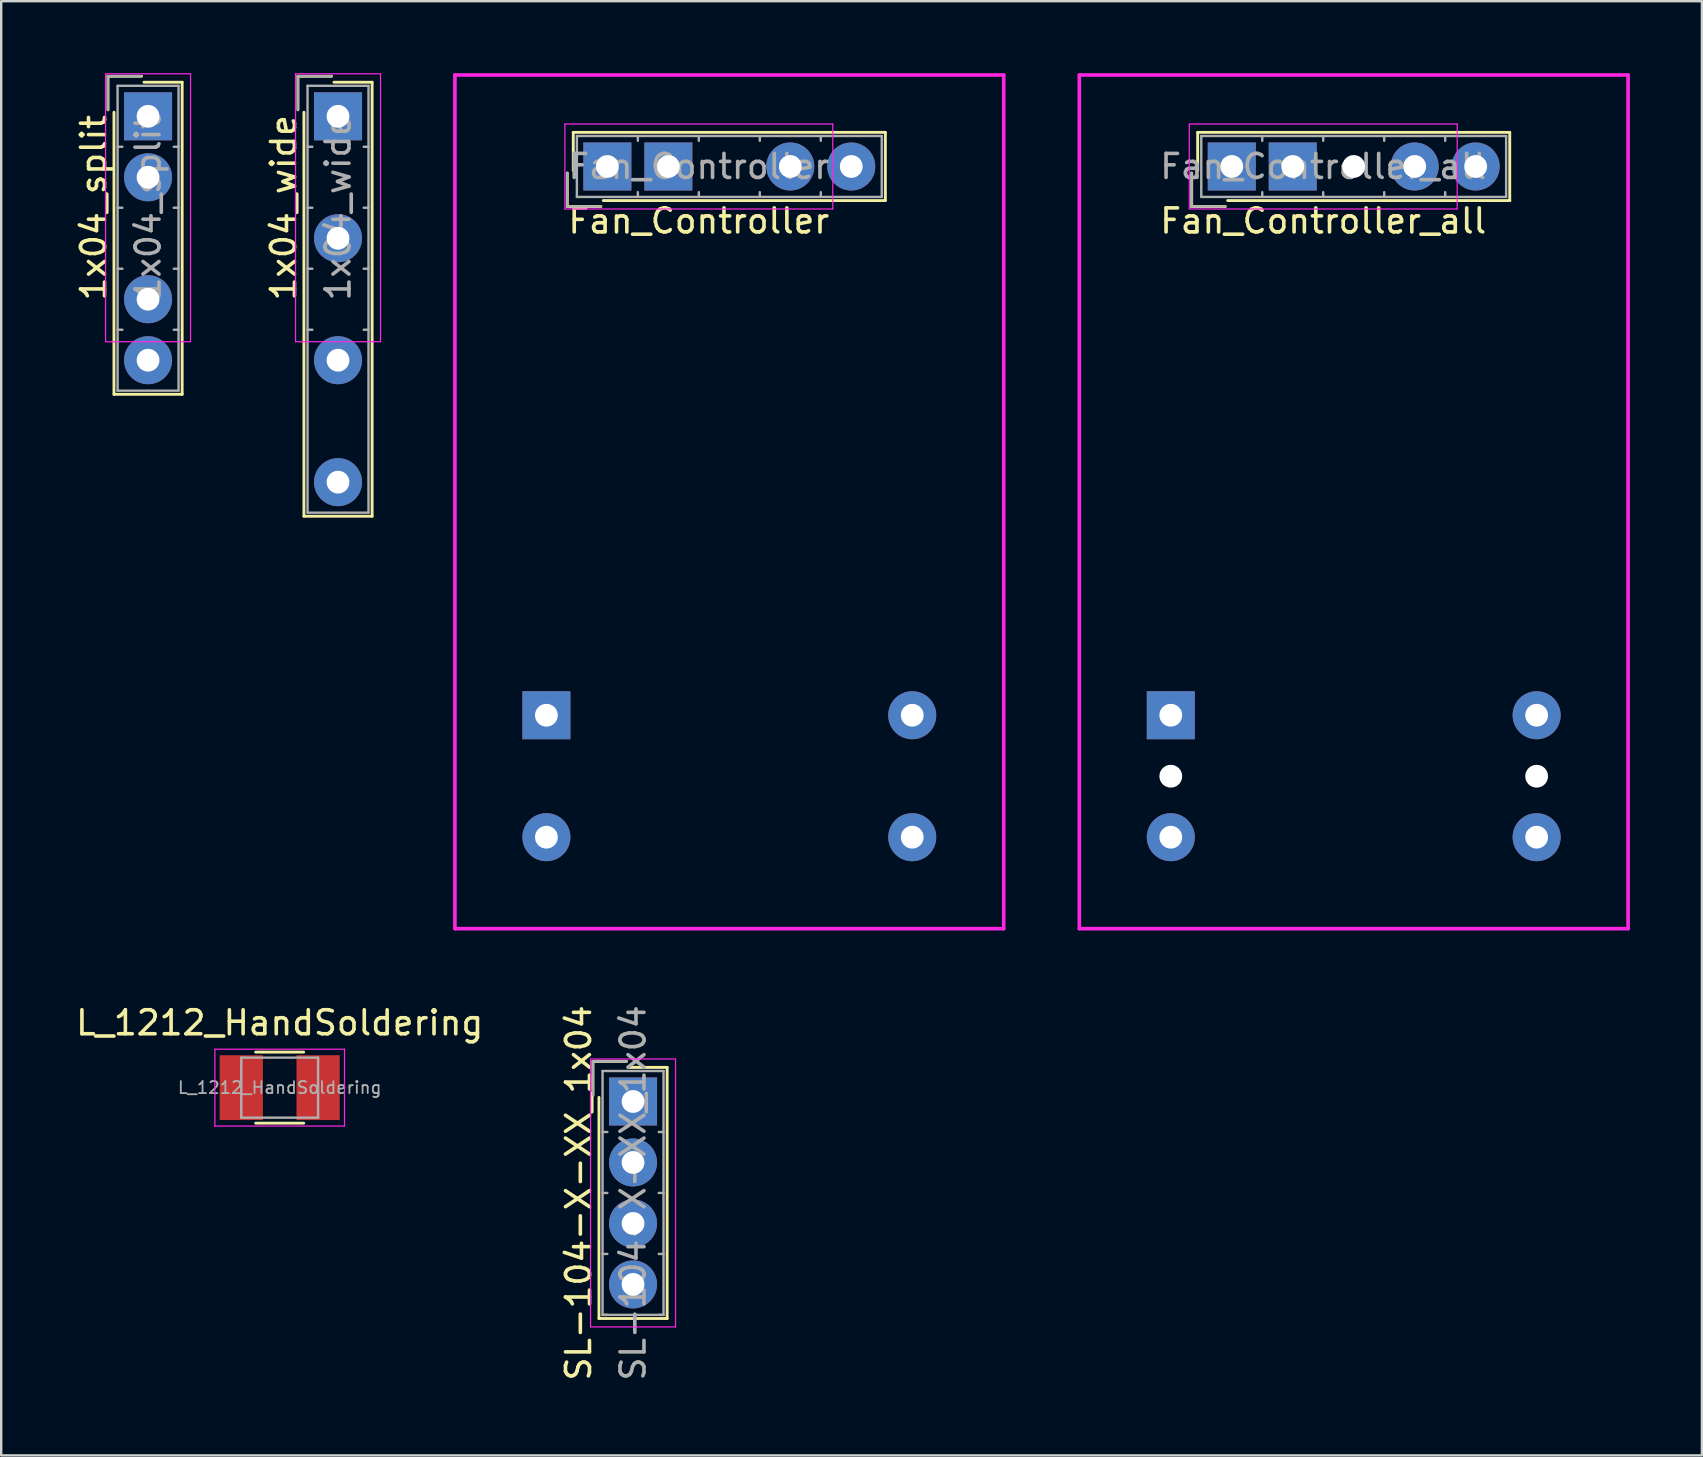
<source format=kicad_pcb>
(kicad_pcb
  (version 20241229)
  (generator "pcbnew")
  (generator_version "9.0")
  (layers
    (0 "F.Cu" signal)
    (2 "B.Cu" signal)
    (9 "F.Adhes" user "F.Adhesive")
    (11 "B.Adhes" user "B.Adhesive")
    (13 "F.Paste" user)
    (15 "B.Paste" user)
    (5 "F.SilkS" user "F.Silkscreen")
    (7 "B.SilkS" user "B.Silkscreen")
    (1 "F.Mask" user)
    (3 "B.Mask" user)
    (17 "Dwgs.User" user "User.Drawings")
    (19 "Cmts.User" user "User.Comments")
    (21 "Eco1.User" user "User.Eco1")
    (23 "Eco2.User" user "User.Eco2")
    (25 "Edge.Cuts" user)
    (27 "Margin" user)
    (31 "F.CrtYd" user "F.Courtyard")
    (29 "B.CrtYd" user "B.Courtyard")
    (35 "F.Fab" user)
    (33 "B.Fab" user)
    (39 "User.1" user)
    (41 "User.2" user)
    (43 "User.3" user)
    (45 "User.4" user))
  (footprint "L_1212_HandSoldering"
    (layer "F.Cu")
    (at 8.601 42.258)
    (property "Reference" "L_1212_HandSoldering" (at 0 -2.7 0) (layer "F.SilkS") (effects (font (size 1 1) (thickness 0.15))))
    (attr smd)
    (fp_line (start -1 -1.48) (end 1 -1.48) (stroke (width 0.12) (type solid)) (layer "F.SilkS"))
    (fp_line (start 1 1.48) (end -1 1.48) (stroke (width 0.12) (type solid)) (layer "F.SilkS"))
    (fp_line (start -2.7 -1.6) (end -2.7 1.6) (stroke (width 0.05) (type solid)) (layer "F.CrtYd"))
    (fp_line (start -2.7 -1.6) (end 2.7 -1.6) (stroke (width 0.05) (type solid)) (layer "F.CrtYd"))
    (fp_line (start -2.7 1.6) (end 2.7 1.6) (stroke (width 0.05) (type solid)) (layer "F.CrtYd"))
    (fp_line (start 2.7 -1.6) (end 2.7 1.6) (stroke (width 0.05) (type solid)) (layer "F.CrtYd"))
    (fp_line (start -1.6 -1.25) (end 1.6 -1.25) (stroke (width 0.1) (type solid)) (layer "F.Fab"))
    (fp_line (start -1.6 1.25) (end -1.6 -1.25) (stroke (width 0.1) (type solid)) (layer "F.Fab"))
    (fp_line (start 1.6 -1.25) (end 1.6 1.25) (stroke (width 0.1) (type solid)) (layer "F.Fab"))
    (fp_line (start 1.6 1.25) (end -1.6 1.25) (stroke (width 0.1) (type solid)) (layer "F.Fab"))
    (fp_text user "${REFERENCE}" (at 0 0 0) (layer "F.Fab") (effects (font (size 0.5 0.5) (thickness 0.075))))
    (pad "1" smd rect (at -1.6 0) (size 1.8 2.7) (layers "F.Cu" "F.Mask" "F.Paste"))
    (pad "2" smd rect (at 1.6 0) (size 1.8 2.7) (layers "F.Cu" "F.Mask" "F.Paste")))
  (footprint "SL-104-X-XX_1x04"
    (placed yes)
    (layer "F.Cu")
    (at 23.321 42.835)
    (property "Reference" "SL-104-X-XX_1x04" (at -2.27 3.81 90) (layer "F.SilkS") (effects (font (size 1 1) (thickness 0.15))))
    (attr through_hole)
    (fp_line (start -1.67 -1.67) (end -1.67 -0.27) (stroke (width 0.12) (type solid)) (layer "F.SilkS"))
    (fp_line (start -1.42 9.04) (end -1.42 -0.17) (stroke (width 0.12) (type solid)) (layer "F.SilkS"))
    (fp_line (start -0.27 -1.67) (end -1.67 -1.67) (stroke (width 0.12) (type solid)) (layer "F.SilkS"))
    (fp_line (start -0.17 -1.42) (end 1.42 -1.42) (stroke (width 0.12) (type solid)) (layer "F.SilkS"))
    (fp_line (start 1.42 -1.42) (end 1.42 9.04) (stroke (width 0.12) (type solid)) (layer "F.SilkS"))
    (fp_line (start 1.42 9.04) (end -1.42 9.04) (stroke (width 0.12) (type solid)) (layer "F.SilkS"))
    (fp_line (start -1.77 -1.77) (end -1.77 9.39) (stroke (width 0.05) (type solid)) (layer "F.CrtYd"))
    (fp_line (start -1.77 9.39) (end 1.77 9.39) (stroke (width 0.05) (type solid)) (layer "F.CrtYd"))
    (fp_line (start 1.77 -1.77) (end -1.77 -1.77) (stroke (width 0.05) (type solid)) (layer "F.CrtYd"))
    (fp_line (start 1.77 9.39) (end 1.77 -1.77) (stroke (width 0.05) (type solid)) (layer "F.CrtYd"))
    (fp_line (start -1.67 -1.67) (end -1.67 -0.27) (stroke (width 0.1) (type solid)) (layer "F.Fab"))
    (fp_line (start -1.27 -1.27) (end -1.27 8.89) (stroke (width 0.1) (type solid)) (layer "F.Fab"))
    (fp_line (start -1.27 1.27) (end -1.07 1.27) (stroke (width 0.1) (type solid)) (layer "F.Fab"))
    (fp_line (start -1.27 3.81) (end -1.07 3.81) (stroke (width 0.1) (type solid)) (layer "F.Fab"))
    (fp_line (start -1.27 6.35) (end -1.07 6.35) (stroke (width 0.1) (type solid)) (layer "F.Fab"))
    (fp_line (start -1.27 8.89) (end -1.07 8.89) (stroke (width 0.1) (type solid)) (layer "F.Fab"))
    (fp_line (start -1.27 8.89) (end 1.27 8.89) (stroke (width 0.1) (type solid)) (layer "F.Fab"))
    (fp_line (start -0.27 -1.67) (end -1.67 -1.67) (stroke (width 0.1) (type solid)) (layer "F.Fab"))
    (fp_line (start 1.27 -1.27) (end -1.27 -1.27) (stroke (width 0.1) (type solid)) (layer "F.Fab"))
    (fp_line (start 1.27 1.27) (end 1.07 1.27) (stroke (width 0.1) (type solid)) (layer "F.Fab"))
    (fp_line (start 1.27 3.81) (end 1.07 3.81) (stroke (width 0.1) (type solid)) (layer "F.Fab"))
    (fp_line (start 1.27 6.35) (end 1.07 6.35) (stroke (width 0.1) (type solid)) (layer "F.Fab"))
    (fp_line (start 1.27 8.89) (end 1.07 8.89) (stroke (width 0.1) (type solid)) (layer "F.Fab"))
    (fp_line (start 1.27 8.89) (end 1.27 -1.27) (stroke (width 0.1) (type solid)) (layer "F.Fab"))
    (fp_text user "${REFERENCE}" (at 0 3.81 90) (layer "F.Fab") (effects (font (size 1 1) (thickness 0.15))))
    (pad "1" thru_hole rect (at 0 0) (size 2 2) (drill 0.95) (layers "*.Cu" "*.Mask"))
    (pad "2" thru_hole circle (at 0 2.54) (size 2 2) (drill 0.95) (layers "*.Cu" "*.Mask"))
    (pad "3" thru_hole circle (at 0 5.08) (size 2 2) (drill 0.95) (layers "*.Cu" "*.Mask"))
    (pad "4" thru_hole circle (at 0 7.62) (size 2 2) (drill 0.95) (layers "*.Cu" "*.Mask")))
  (footprint "Fan_Controller_all"
    (placed yes)
    (layer "F.Cu")
    (at 53.342 3.885)
    (property "Reference" "Fan_Controller_all" (at -1.27 2.27 180) (layer "F.SilkS") (effects (font (size 1 1) (thickness 0.15))))
    (attr through_hole)
    (fp_line (start -6.75 0.27) (end -6.75 1.67) (stroke (width 0.12) (type solid)) (layer "F.SilkS"))
    (fp_line (start -6.75 1.67) (end -5.35 1.67) (stroke (width 0.12) (type solid)) (layer "F.SilkS"))
    (fp_line (start -6.5 -1.42) (end 6.5 -1.42) (stroke (width 0.12) (type solid)) (layer "F.SilkS"))
    (fp_line (start -6.5 0.17) (end -6.5 -1.42) (stroke (width 0.12) (type solid)) (layer "F.SilkS"))
    (fp_line (start 6.5 -1.42) (end 6.5 1.42) (stroke (width 0.12) (type solid)) (layer "F.SilkS"))
    (fp_line (start 6.5 1.42) (end -5.25 1.42) (stroke (width 0.12) (type solid)) (layer "F.SilkS"))
    (fp_line (start -11.43 -3.81) (end 11.43 -3.81) (stroke (width 0.15) (type solid)) (layer "F.CrtYd"))
    (fp_line (start -11.43 31.75) (end -11.43 -3.81) (stroke (width 0.15) (type solid)) (layer "F.CrtYd"))
    (fp_line (start -6.85 -1.77) (end -6.85 1.77) (stroke (width 0.05) (type solid)) (layer "F.CrtYd"))
    (fp_line (start -6.85 1.77) (end 4.31 1.77) (stroke (width 0.05) (type solid)) (layer "F.CrtYd"))
    (fp_line (start 4.31 -1.77) (end -6.85 -1.77) (stroke (width 0.05) (type solid)) (layer "F.CrtYd"))
    (fp_line (start 4.31 1.77) (end 4.31 -1.77) (stroke (width 0.05) (type solid)) (layer "F.CrtYd"))
    (fp_line (start 11.43 -3.81) (end 11.43 31.75) (stroke (width 0.15) (type solid)) (layer "F.CrtYd"))
    (fp_line (start 11.43 31.75) (end -11.43 31.75) (stroke (width 0.15) (type solid)) (layer "F.CrtYd"))
    (fp_line (start -6.75 0.27) (end -6.75 1.67) (stroke (width 0.1) (type solid)) (layer "F.Fab"))
    (fp_line (start -6.75 1.67) (end -5.35 1.67) (stroke (width 0.1) (type solid)) (layer "F.Fab"))
    (fp_line (start -6.35 -1.27) (end -6.35 1.27) (stroke (width 0.1) (type solid)) (layer "F.Fab"))
    (fp_line (start -6.35 1.27) (end 6.35 1.27) (stroke (width 0.1) (type solid)) (layer "F.Fab"))
    (fp_line (start -3.81 -1.27) (end -3.81 -1.07) (stroke (width 0.1) (type solid)) (layer "F.Fab"))
    (fp_line (start -3.81 1.27) (end -3.81 1.07) (stroke (width 0.1) (type solid)) (layer "F.Fab"))
    (fp_line (start -1.27 -1.27) (end -1.27 -1.07) (stroke (width 0.1) (type solid)) (layer "F.Fab"))
    (fp_line (start -1.27 1.27) (end -1.27 1.07) (stroke (width 0.1) (type solid)) (layer "F.Fab"))
    (fp_line (start 1.27 -1.27) (end 1.27 -1.07) (stroke (width 0.1) (type solid)) (layer "F.Fab"))
    (fp_line (start 1.27 1.27) (end 1.27 1.07) (stroke (width 0.1) (type solid)) (layer "F.Fab"))
    (fp_line (start 3.81 -1.27) (end 3.81 -1.07) (stroke (width 0.1) (type solid)) (layer "F.Fab"))
    (fp_line (start 3.81 1.27) (end 3.81 1.07) (stroke (width 0.1) (type solid)) (layer "F.Fab"))
    (fp_line (start 6.35 -1.27) (end -6.35 -1.27) (stroke (width 0.1) (type solid)) (layer "F.Fab"))
    (fp_line (start 6.35 1.27) (end 6.35 -1.27) (stroke (width 0.1) (type solid)) (layer "F.Fab"))
    (fp_text user "${REFERENCE}" (at -1.27 0 180) (layer "F.Fab") (effects (font (size 1 1) (thickness 0.15))))
    (pad "" np_thru_hole circle (at -7.62 25.4) (size 0.95 0.95) (drill 0.95) (layers "*.Cu" "*.Mask"))
    (pad "" np_thru_hole circle (at 0 0) (size 0.95 0.95) (drill 0.95) (layers "*.Cu" "*.Mask"))
    (pad "" np_thru_hole circle (at 7.62 25.4) (size 0.95 0.95) (drill 0.95) (layers "*.Cu" "*.Mask"))
    (pad "1" thru_hole rect (at -5.08 0) (size 2 2) (drill 0.95) (layers "*.Cu" "*.Mask"))
    (pad "2" thru_hole rect (at -2.54 0) (size 2 2) (drill 0.95) (layers "*.Cu" "*.Mask"))
    (pad "3" thru_hole circle (at 2.54 0 90) (size 2 2) (drill 0.95) (layers "*.Cu" "*.Mask"))
    (pad "4" thru_hole circle (at 5.08 0 90) (size 2 2) (drill 0.95) (layers "*.Cu" "*.Mask"))
    (pad "5" thru_hole rect (at -7.62 22.86) (size 2 2) (drill 0.95) (layers "*.Cu" "*.Mask"))
    (pad "6" thru_hole circle (at -7.62 27.94 90) (size 2 2) (drill 0.95) (layers "*.Cu" "*.Mask"))
    (pad "7" thru_hole circle (at 7.62 27.94 90) (size 2 2) (drill 0.95) (layers "*.Cu" "*.Mask"))
    (pad "8" thru_hole circle (at 7.62 22.86 90) (size 2 2) (drill 0.95) (layers "*.Cu" "*.Mask")))
  (footprint "1x04_split"
    (placed yes)
    (layer "F.Cu")
    (at 3.118 1.795)
    (property "Reference" "1x04_split" (at -2.27 3.81 90) (layer "F.SilkS") (effects (font (size 1 1) (thickness 0.15))))
    (attr through_hole)
    (fp_line (start -1.67 -1.67) (end -1.67 -0.27) (stroke (width 0.12) (type solid)) (layer "F.SilkS"))
    (fp_line (start -1.42 11.58) (end -1.42 -0.17) (stroke (width 0.12) (type solid)) (layer "F.SilkS"))
    (fp_line (start -0.27 -1.67) (end -1.67 -1.67) (stroke (width 0.12) (type solid)) (layer "F.SilkS"))
    (fp_line (start -0.17 -1.42) (end 1.42 -1.42) (stroke (width 0.12) (type solid)) (layer "F.SilkS"))
    (fp_line (start 1.42 -1.42) (end 1.42 11.58) (stroke (width 0.12) (type solid)) (layer "F.SilkS"))
    (fp_line (start 1.42 11.58) (end -1.42 11.58) (stroke (width 0.12) (type solid)) (layer "F.SilkS"))
    (fp_line (start -1.77 -1.77) (end -1.77 9.39) (stroke (width 0.05) (type solid)) (layer "F.CrtYd"))
    (fp_line (start -1.77 9.39) (end 1.77 9.39) (stroke (width 0.05) (type solid)) (layer "F.CrtYd"))
    (fp_line (start 1.77 -1.77) (end -1.77 -1.77) (stroke (width 0.05) (type solid)) (layer "F.CrtYd"))
    (fp_line (start 1.77 9.39) (end 1.77 -1.77) (stroke (width 0.05) (type solid)) (layer "F.CrtYd"))
    (fp_line (start -1.67 -1.67) (end -1.67 -0.27) (stroke (width 0.1) (type solid)) (layer "F.Fab"))
    (fp_line (start -1.27 -1.27) (end -1.27 11.43) (stroke (width 0.1) (type solid)) (layer "F.Fab"))
    (fp_line (start -1.27 1.27) (end -1.07 1.27) (stroke (width 0.1) (type solid)) (layer "F.Fab"))
    (fp_line (start -1.27 3.81) (end -1.07 3.81) (stroke (width 0.1) (type solid)) (layer "F.Fab"))
    (fp_line (start -1.27 6.35) (end -1.07 6.35) (stroke (width 0.1) (type solid)) (layer "F.Fab"))
    (fp_line (start -1.27 8.89) (end -1.07 8.89) (stroke (width 0.1) (type solid)) (layer "F.Fab"))
    (fp_line (start -1.27 11.43) (end 1.27 11.43) (stroke (width 0.1) (type solid)) (layer "F.Fab"))
    (fp_line (start -0.27 -1.67) (end -1.67 -1.67) (stroke (width 0.1) (type solid)) (layer "F.Fab"))
    (fp_line (start 1.27 -1.27) (end -1.27 -1.27) (stroke (width 0.1) (type solid)) (layer "F.Fab"))
    (fp_line (start 1.27 1.27) (end 1.07 1.27) (stroke (width 0.1) (type solid)) (layer "F.Fab"))
    (fp_line (start 1.27 3.81) (end 1.07 3.81) (stroke (width 0.1) (type solid)) (layer "F.Fab"))
    (fp_line (start 1.27 6.35) (end 1.07 6.35) (stroke (width 0.1) (type solid)) (layer "F.Fab"))
    (fp_line (start 1.27 8.89) (end 1.07 8.89) (stroke (width 0.1) (type solid)) (layer "F.Fab"))
    (fp_line (start 1.27 11.43) (end 1.27 -1.27) (stroke (width 0.1) (type solid)) (layer "F.Fab"))
    (fp_text user "${REFERENCE}" (at 0 3.81 90) (layer "F.Fab") (effects (font (size 1 1) (thickness 0.15))))
    (pad "1" thru_hole rect (at 0 0) (size 2 2) (drill 0.95) (layers "*.Cu" "*.Mask"))
    (pad "2" thru_hole circle (at 0 2.54) (size 2 2) (drill 0.95) (layers "*.Cu" "*.Mask"))
    (pad "3" thru_hole circle (at 0 7.62) (size 2 2) (drill 0.95) (layers "*.Cu" "*.Mask"))
    (pad "4" thru_hole circle (at 0 10.16) (size 2 2) (drill 0.95) (layers "*.Cu" "*.Mask")))
  (footprint "Fan_Controller"
    (placed yes)
    (layer "F.Cu")
    (at 27.331 3.885)
    (property "Reference" "Fan_Controller" (at -1.27 2.27 180) (layer "F.SilkS") (effects (font (size 1 1) (thickness 0.15))))
    (attr through_hole)
    (fp_line (start -6.75 0.27) (end -6.75 1.67) (stroke (width 0.12) (type solid)) (layer "F.SilkS"))
    (fp_line (start -6.75 1.67) (end -5.35 1.67) (stroke (width 0.12) (type solid)) (layer "F.SilkS"))
    (fp_line (start -6.5 -1.42) (end 6.5 -1.42) (stroke (width 0.12) (type solid)) (layer "F.SilkS"))
    (fp_line (start -6.5 0.17) (end -6.5 -1.42) (stroke (width 0.12) (type solid)) (layer "F.SilkS"))
    (fp_line (start 6.5 -1.42) (end 6.5 1.42) (stroke (width 0.12) (type solid)) (layer "F.SilkS"))
    (fp_line (start 6.5 1.42) (end -5.25 1.42) (stroke (width 0.12) (type solid)) (layer "F.SilkS"))
    (fp_line (start -11.43 -3.81) (end 11.43 -3.81) (stroke (width 0.15) (type solid)) (layer "F.CrtYd"))
    (fp_line (start -11.43 31.75) (end -11.43 -3.81) (stroke (width 0.15) (type solid)) (layer "F.CrtYd"))
    (fp_line (start -6.85 -1.77) (end -6.85 1.77) (stroke (width 0.05) (type solid)) (layer "F.CrtYd"))
    (fp_line (start -6.85 1.77) (end 4.31 1.77) (stroke (width 0.05) (type solid)) (layer "F.CrtYd"))
    (fp_line (start 4.31 -1.77) (end -6.85 -1.77) (stroke (width 0.05) (type solid)) (layer "F.CrtYd"))
    (fp_line (start 4.31 1.77) (end 4.31 -1.77) (stroke (width 0.05) (type solid)) (layer "F.CrtYd"))
    (fp_line (start 11.43 -3.81) (end 11.43 31.75) (stroke (width 0.15) (type solid)) (layer "F.CrtYd"))
    (fp_line (start 11.43 31.75) (end -11.43 31.75) (stroke (width 0.15) (type solid)) (layer "F.CrtYd"))
    (fp_line (start -6.75 0.27) (end -6.75 1.67) (stroke (width 0.1) (type solid)) (layer "F.Fab"))
    (fp_line (start -6.75 1.67) (end -5.35 1.67) (stroke (width 0.1) (type solid)) (layer "F.Fab"))
    (fp_line (start -6.35 -1.27) (end -6.35 1.27) (stroke (width 0.1) (type solid)) (layer "F.Fab"))
    (fp_line (start -6.35 1.27) (end 6.35 1.27) (stroke (width 0.1) (type solid)) (layer "F.Fab"))
    (fp_line (start -3.81 -1.27) (end -3.81 -1.07) (stroke (width 0.1) (type solid)) (layer "F.Fab"))
    (fp_line (start -3.81 1.27) (end -3.81 1.07) (stroke (width 0.1) (type solid)) (layer "F.Fab"))
    (fp_line (start -1.27 -1.27) (end -1.27 -1.07) (stroke (width 0.1) (type solid)) (layer "F.Fab"))
    (fp_line (start -1.27 1.27) (end -1.27 1.07) (stroke (width 0.1) (type solid)) (layer "F.Fab"))
    (fp_line (start 1.27 -1.27) (end 1.27 -1.07) (stroke (width 0.1) (type solid)) (layer "F.Fab"))
    (fp_line (start 1.27 1.27) (end 1.27 1.07) (stroke (width 0.1) (type solid)) (layer "F.Fab"))
    (fp_line (start 3.81 -1.27) (end 3.81 -1.07) (stroke (width 0.1) (type solid)) (layer "F.Fab"))
    (fp_line (start 3.81 1.27) (end 3.81 1.07) (stroke (width 0.1) (type solid)) (layer "F.Fab"))
    (fp_line (start 6.35 -1.27) (end -6.35 -1.27) (stroke (width 0.1) (type solid)) (layer "F.Fab"))
    (fp_line (start 6.35 1.27) (end 6.35 -1.27) (stroke (width 0.1) (type solid)) (layer "F.Fab"))
    (fp_text user "${REFERENCE}" (at -1.27 0 180) (layer "F.Fab") (effects (font (size 1 1) (thickness 0.15))))
    (pad "1" thru_hole rect (at -5.08 0) (size 2 2) (drill 0.95) (layers "*.Cu" "*.Mask"))
    (pad "2" thru_hole rect (at -2.54 0) (size 2 2) (drill 0.95) (layers "*.Cu" "*.Mask"))
    (pad "3" thru_hole circle (at 2.54 0 90) (size 2 2) (drill 0.95) (layers "*.Cu" "*.Mask"))
    (pad "4" thru_hole circle (at 5.08 0 90) (size 2 2) (drill 0.95) (layers "*.Cu" "*.Mask"))
    (pad "5" thru_hole rect (at -7.62 22.86) (size 2 2) (drill 0.95) (layers "*.Cu" "*.Mask"))
    (pad "6" thru_hole circle (at -7.62 27.94 90) (size 2 2) (drill 0.95) (layers "*.Cu" "*.Mask"))
    (pad "7" thru_hole circle (at 7.62 27.94 90) (size 2 2) (drill 0.95) (layers "*.Cu" "*.Mask"))
    (pad "8" thru_hole circle (at 7.62 22.86 90) (size 2 2) (drill 0.95) (layers "*.Cu" "*.Mask")))
  (footprint "1x04_wide"
    (placed yes)
    (layer "F.Cu")
    (at 11.031 1.795)
    (property "Reference" "1x04_wide" (at -2.27 3.81 90) (layer "F.SilkS") (effects (font (size 1 1) (thickness 0.15))))
    (attr through_hole)
    (fp_line (start -1.67 -1.67) (end -1.67 -0.27) (stroke (width 0.12) (type solid)) (layer "F.SilkS"))
    (fp_line (start -1.42 16.66) (end -1.42 -0.17) (stroke (width 0.12) (type solid)) (layer "F.SilkS"))
    (fp_line (start -0.27 -1.67) (end -1.67 -1.67) (stroke (width 0.12) (type solid)) (layer "F.SilkS"))
    (fp_line (start -0.17 -1.42) (end 1.42 -1.42) (stroke (width 0.12) (type solid)) (layer "F.SilkS"))
    (fp_line (start 1.42 -1.42) (end 1.42 16.66) (stroke (width 0.12) (type solid)) (layer "F.SilkS"))
    (fp_line (start 1.42 16.66) (end -1.42 16.66) (stroke (width 0.12) (type solid)) (layer "F.SilkS"))
    (fp_line (start -1.77 -1.77) (end -1.77 9.39) (stroke (width 0.05) (type solid)) (layer "F.CrtYd"))
    (fp_line (start -1.77 9.39) (end 1.77 9.39) (stroke (width 0.05) (type solid)) (layer "F.CrtYd"))
    (fp_line (start 1.77 -1.77) (end -1.77 -1.77) (stroke (width 0.05) (type solid)) (layer "F.CrtYd"))
    (fp_line (start 1.77 9.39) (end 1.77 -1.77) (stroke (width 0.05) (type solid)) (layer "F.CrtYd"))
    (fp_line (start -1.67 -1.67) (end -1.67 -0.27) (stroke (width 0.1) (type solid)) (layer "F.Fab"))
    (fp_line (start -1.27 -1.27) (end -1.27 16.51) (stroke (width 0.1) (type solid)) (layer "F.Fab"))
    (fp_line (start -1.27 1.27) (end -1.07 1.27) (stroke (width 0.1) (type solid)) (layer "F.Fab"))
    (fp_line (start -1.27 3.81) (end -1.07 3.81) (stroke (width 0.1) (type solid)) (layer "F.Fab"))
    (fp_line (start -1.27 6.35) (end -1.07 6.35) (stroke (width 0.1) (type solid)) (layer "F.Fab"))
    (fp_line (start -1.27 8.89) (end -1.07 8.89) (stroke (width 0.1) (type solid)) (layer "F.Fab"))
    (fp_line (start -1.27 16.51) (end 1.27 16.51) (stroke (width 0.1) (type solid)) (layer "F.Fab"))
    (fp_line (start -0.27 -1.67) (end -1.67 -1.67) (stroke (width 0.1) (type solid)) (layer "F.Fab"))
    (fp_line (start 1.27 -1.27) (end -1.27 -1.27) (stroke (width 0.1) (type solid)) (layer "F.Fab"))
    (fp_line (start 1.27 1.27) (end 1.07 1.27) (stroke (width 0.1) (type solid)) (layer "F.Fab"))
    (fp_line (start 1.27 3.81) (end 1.07 3.81) (stroke (width 0.1) (type solid)) (layer "F.Fab"))
    (fp_line (start 1.27 6.35) (end 1.07 6.35) (stroke (width 0.1) (type solid)) (layer "F.Fab"))
    (fp_line (start 1.27 8.89) (end 1.07 8.89) (stroke (width 0.1) (type solid)) (layer "F.Fab"))
    (fp_line (start 1.27 16.51) (end 1.27 -1.27) (stroke (width 0.1) (type solid)) (layer "F.Fab"))
    (fp_text user "${REFERENCE}" (at 0 3.81 90) (layer "F.Fab") (effects (font (size 1 1) (thickness 0.15))))
    (pad "1" thru_hole rect (at 0 0) (size 2 2) (drill 0.95) (layers "*.Cu" "*.Mask"))
    (pad "2" thru_hole circle (at 0 5.08) (size 2 2) (drill 0.95) (layers "*.Cu" "*.Mask"))
    (pad "3" thru_hole circle (at 0 10.16) (size 2 2) (drill 0.95) (layers "*.Cu" "*.Mask"))
    (pad "4" thru_hole circle (at 0 15.24) (size 2 2) (drill 0.95) (layers "*.Cu" "*.Mask")))
  (gr_rect
    (start -3 -3)
    (end 67.847 57.579)
    (stroke (width 0.1) (type default))
    (fill no)
    (layer "Edge.Cuts")))
</source>
